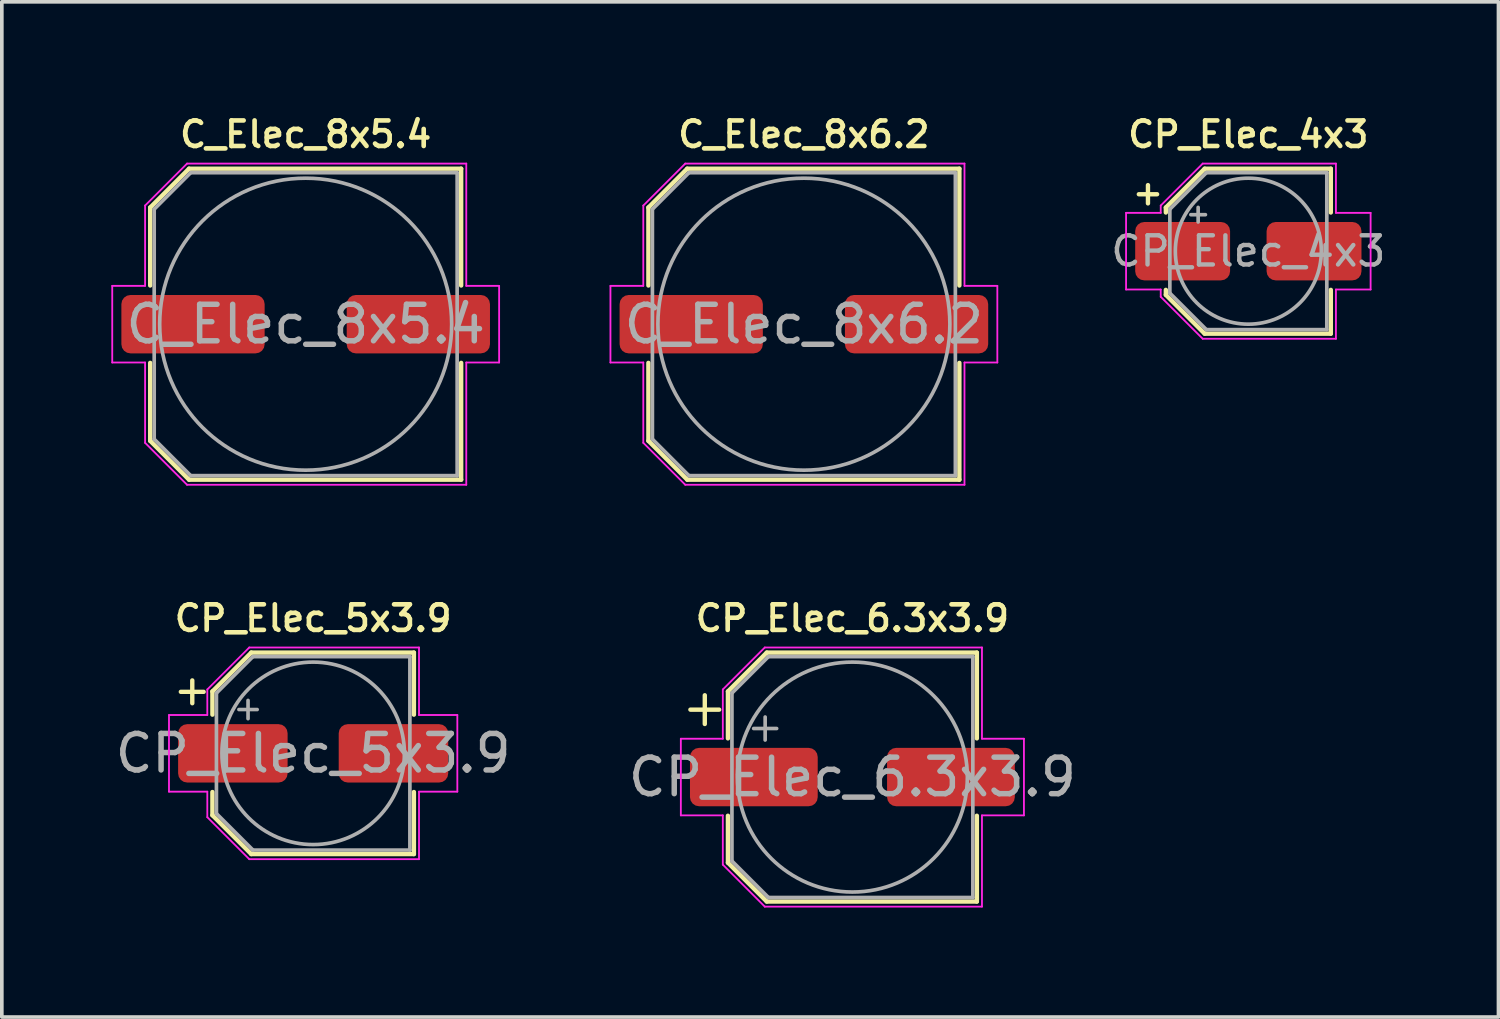
<source format=kicad_pcb>
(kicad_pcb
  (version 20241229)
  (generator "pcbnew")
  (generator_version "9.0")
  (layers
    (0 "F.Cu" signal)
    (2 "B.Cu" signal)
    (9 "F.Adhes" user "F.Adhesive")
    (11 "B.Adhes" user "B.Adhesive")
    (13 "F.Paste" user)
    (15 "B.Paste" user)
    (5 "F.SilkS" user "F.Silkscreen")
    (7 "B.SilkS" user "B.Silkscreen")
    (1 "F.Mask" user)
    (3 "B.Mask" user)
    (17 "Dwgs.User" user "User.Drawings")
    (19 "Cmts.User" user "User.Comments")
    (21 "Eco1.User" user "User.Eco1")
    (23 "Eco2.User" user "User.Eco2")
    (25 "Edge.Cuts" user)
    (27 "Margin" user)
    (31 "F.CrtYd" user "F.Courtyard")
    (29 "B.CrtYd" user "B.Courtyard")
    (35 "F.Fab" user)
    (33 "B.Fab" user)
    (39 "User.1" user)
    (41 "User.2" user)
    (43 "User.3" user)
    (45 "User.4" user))
  (footprint "C_Elec_8x6.2"
    (layer "F.Cu")
    (at 18.975 5.832)
    (property "Reference" "C_Elec_8x6.2" (at 0 -5.2 0) (layer "F.SilkS") (effects (font (size 0.7 0.7) (thickness 0.127))))
    (attr smd)
    (fp_line (start -4.26 -3.196) (end -4.26 -1.06) (stroke (width 0.12) (type solid)) (layer "F.SilkS"))
    (fp_line (start -4.26 -3.196) (end -3.196 -4.26) (stroke (width 0.12) (type solid)) (layer "F.SilkS"))
    (fp_line (start -4.26 3.196) (end -4.26 1.06) (stroke (width 0.12) (type solid)) (layer "F.SilkS"))
    (fp_line (start -4.26 3.196) (end -3.196 4.26) (stroke (width 0.12) (type solid)) (layer "F.SilkS"))
    (fp_line (start -3.196 -4.26) (end 4.26 -4.26) (stroke (width 0.12) (type solid)) (layer "F.SilkS"))
    (fp_line (start -3.196 4.26) (end 4.26 4.26) (stroke (width 0.12) (type solid)) (layer "F.SilkS"))
    (fp_line (start 4.26 -4.26) (end 4.26 -1.06) (stroke (width 0.12) (type solid)) (layer "F.SilkS"))
    (fp_line (start 4.26 4.26) (end 4.26 1.06) (stroke (width 0.12) (type solid)) (layer "F.SilkS"))
    (fp_line (start -5.3 -1.05) (end -5.3 1.05) (stroke (width 0.05) (type solid)) (layer "F.CrtYd"))
    (fp_line (start -5.3 1.05) (end -4.4 1.05) (stroke (width 0.05) (type solid)) (layer "F.CrtYd"))
    (fp_line (start -4.4 -3.25) (end -4.4 -1.05) (stroke (width 0.05) (type solid)) (layer "F.CrtYd"))
    (fp_line (start -4.4 -3.25) (end -3.25 -4.4) (stroke (width 0.05) (type solid)) (layer "F.CrtYd"))
    (fp_line (start -4.4 -1.05) (end -5.3 -1.05) (stroke (width 0.05) (type solid)) (layer "F.CrtYd"))
    (fp_line (start -4.4 1.05) (end -4.4 3.25) (stroke (width 0.05) (type solid)) (layer "F.CrtYd"))
    (fp_line (start -4.4 3.25) (end -3.25 4.4) (stroke (width 0.05) (type solid)) (layer "F.CrtYd"))
    (fp_line (start -3.25 -4.4) (end 4.4 -4.4) (stroke (width 0.05) (type solid)) (layer "F.CrtYd"))
    (fp_line (start -3.25 4.4) (end 4.4 4.4) (stroke (width 0.05) (type solid)) (layer "F.CrtYd"))
    (fp_line (start 4.4 -4.4) (end 4.4 -1.05) (stroke (width 0.05) (type solid)) (layer "F.CrtYd"))
    (fp_line (start 4.4 -1.05) (end 5.3 -1.05) (stroke (width 0.05) (type solid)) (layer "F.CrtYd"))
    (fp_line (start 4.4 1.05) (end 4.4 4.4) (stroke (width 0.05) (type solid)) (layer "F.CrtYd"))
    (fp_line (start 5.3 -1.05) (end 5.3 1.05) (stroke (width 0.05) (type solid)) (layer "F.CrtYd"))
    (fp_line (start 5.3 1.05) (end 4.4 1.05) (stroke (width 0.05) (type solid)) (layer "F.CrtYd"))
    (fp_line (start -4.15 -3.15) (end -4.15 3.15) (stroke (width 0.1) (type solid)) (layer "F.Fab"))
    (fp_line (start -4.15 -3.15) (end -3.15 -4.15) (stroke (width 0.1) (type solid)) (layer "F.Fab"))
    (fp_line (start -4.15 3.15) (end -3.15 4.15) (stroke (width 0.1) (type solid)) (layer "F.Fab"))
    (fp_line (start -3.15 -4.15) (end 4.15 -4.15) (stroke (width 0.1) (type solid)) (layer "F.Fab"))
    (fp_line (start -3.15 4.15) (end 4.15 4.15) (stroke (width 0.1) (type solid)) (layer "F.Fab"))
    (fp_line (start 4.15 -4.15) (end 4.15 4.15) (stroke (width 0.1) (type solid)) (layer "F.Fab"))
    (fp_circle (center 0 0) (end 4 0) (stroke (width 0.1) (type solid)) (fill no) (layer "F.Fab"))
    (fp_text user "${REFERENCE}" (at 0 0 0) (layer "F.Fab") (effects (font (size 1 1) (thickness 0.15))))
    (pad "1" smd roundrect (at -3.087 0) (size 3.925 1.6) (layers "F.Cu" "F.Mask" "F.Paste") (roundrect_rratio 0.156))
    (pad "2" smd roundrect (at 3.087 0) (size 3.925 1.6) (layers "F.Cu" "F.Mask" "F.Paste") (roundrect_rratio 0.156)))
  (footprint "CP_Elec_4x3"
    (layer "F.Cu")
    (at 31.152 3.832)
    (property "Reference" "CP_Elec_4x3" (at 0 -3.2 0) (layer "F.SilkS") (effects (font (size 0.7 0.7) (thickness 0.127))))
    (attr smd)
    (fp_line (start -3 -1.56) (end -2.5 -1.56) (stroke (width 0.12) (type solid)) (layer "F.SilkS"))
    (fp_line (start -2.75 -1.81) (end -2.75 -1.31) (stroke (width 0.12) (type solid)) (layer "F.SilkS"))
    (fp_line (start -2.26 -1.196) (end -2.26 -1.06) (stroke (width 0.12) (type solid)) (layer "F.SilkS"))
    (fp_line (start -2.26 -1.196) (end -1.196 -2.26) (stroke (width 0.12) (type solid)) (layer "F.SilkS"))
    (fp_line (start -2.26 1.196) (end -2.26 1.06) (stroke (width 0.12) (type solid)) (layer "F.SilkS"))
    (fp_line (start -2.26 1.196) (end -1.196 2.26) (stroke (width 0.12) (type solid)) (layer "F.SilkS"))
    (fp_line (start -1.196 -2.26) (end 2.26 -2.26) (stroke (width 0.12) (type solid)) (layer "F.SilkS"))
    (fp_line (start -1.196 2.26) (end 2.26 2.26) (stroke (width 0.12) (type solid)) (layer "F.SilkS"))
    (fp_line (start 2.26 -2.26) (end 2.26 -1.06) (stroke (width 0.12) (type solid)) (layer "F.SilkS"))
    (fp_line (start 2.26 2.26) (end 2.26 1.06) (stroke (width 0.12) (type solid)) (layer "F.SilkS"))
    (fp_line (start -3.35 -1.05) (end -3.35 1.05) (stroke (width 0.05) (type solid)) (layer "F.CrtYd"))
    (fp_line (start -3.35 1.05) (end -2.4 1.05) (stroke (width 0.05) (type solid)) (layer "F.CrtYd"))
    (fp_line (start -2.4 -1.25) (end -2.4 -1.05) (stroke (width 0.05) (type solid)) (layer "F.CrtYd"))
    (fp_line (start -2.4 -1.25) (end -1.25 -2.4) (stroke (width 0.05) (type solid)) (layer "F.CrtYd"))
    (fp_line (start -2.4 -1.05) (end -3.35 -1.05) (stroke (width 0.05) (type solid)) (layer "F.CrtYd"))
    (fp_line (start -2.4 1.05) (end -2.4 1.25) (stroke (width 0.05) (type solid)) (layer "F.CrtYd"))
    (fp_line (start -2.4 1.25) (end -1.25 2.4) (stroke (width 0.05) (type solid)) (layer "F.CrtYd"))
    (fp_line (start -1.25 -2.4) (end 2.4 -2.4) (stroke (width 0.05) (type solid)) (layer "F.CrtYd"))
    (fp_line (start -1.25 2.4) (end 2.4 2.4) (stroke (width 0.05) (type solid)) (layer "F.CrtYd"))
    (fp_line (start 2.4 -2.4) (end 2.4 -1.05) (stroke (width 0.05) (type solid)) (layer "F.CrtYd"))
    (fp_line (start 2.4 -1.05) (end 3.35 -1.05) (stroke (width 0.05) (type solid)) (layer "F.CrtYd"))
    (fp_line (start 2.4 1.05) (end 2.4 2.4) (stroke (width 0.05) (type solid)) (layer "F.CrtYd"))
    (fp_line (start 3.35 -1.05) (end 3.35 1.05) (stroke (width 0.05) (type solid)) (layer "F.CrtYd"))
    (fp_line (start 3.35 1.05) (end 2.4 1.05) (stroke (width 0.05) (type solid)) (layer "F.CrtYd"))
    (fp_line (start -2.15 -1.15) (end -2.15 1.15) (stroke (width 0.1) (type solid)) (layer "F.Fab"))
    (fp_line (start -2.15 -1.15) (end -1.15 -2.15) (stroke (width 0.1) (type solid)) (layer "F.Fab"))
    (fp_line (start -2.15 1.15) (end -1.15 2.15) (stroke (width 0.1) (type solid)) (layer "F.Fab"))
    (fp_line (start -1.575 -1) (end -1.175 -1) (stroke (width 0.1) (type solid)) (layer "F.Fab"))
    (fp_line (start -1.375 -1.2) (end -1.375 -0.8) (stroke (width 0.1) (type solid)) (layer "F.Fab"))
    (fp_line (start -1.15 -2.15) (end 2.15 -2.15) (stroke (width 0.1) (type solid)) (layer "F.Fab"))
    (fp_line (start -1.15 2.15) (end 2.15 2.15) (stroke (width 0.1) (type solid)) (layer "F.Fab"))
    (fp_line (start 2.15 -2.15) (end 2.15 2.15) (stroke (width 0.1) (type solid)) (layer "F.Fab"))
    (fp_circle (center 0 0) (end 2 0) (stroke (width 0.1) (type solid)) (fill no) (layer "F.Fab"))
    (fp_text user "${REFERENCE}" (at 0 0 0) (layer "F.Fab") (effects (font (size 0.8 0.8) (thickness 0.12))))
    (pad "1" smd roundrect (at -1.8 0) (size 2.6 1.6) (layers "F.Cu" "F.Mask" "F.Paste") (roundrect_rratio 0.156))
    (pad "2" smd roundrect (at 1.8 0) (size 2.6 1.6) (layers "F.Cu" "F.Mask" "F.Paste") (roundrect_rratio 0.156)))
  (footprint "CP_Elec_5x3.9"
    (layer "F.Cu")
    (at 5.53 17.59)
    (property "Reference" "CP_Elec_5x3.9" (at 0 -3.7 0) (layer "F.SilkS") (effects (font (size 0.7 0.7) (thickness 0.127))))
    (attr smd)
    (fp_line (start -3.625 -1.685) (end -3 -1.685) (stroke (width 0.12) (type solid)) (layer "F.SilkS"))
    (fp_line (start -3.312 -1.998) (end -3.312 -1.373) (stroke (width 0.12) (type solid)) (layer "F.SilkS"))
    (fp_line (start -2.76 -1.696) (end -2.76 -1.06) (stroke (width 0.12) (type solid)) (layer "F.SilkS"))
    (fp_line (start -2.76 -1.696) (end -1.696 -2.76) (stroke (width 0.12) (type solid)) (layer "F.SilkS"))
    (fp_line (start -2.76 1.696) (end -2.76 1.06) (stroke (width 0.12) (type solid)) (layer "F.SilkS"))
    (fp_line (start -2.76 1.696) (end -1.696 2.76) (stroke (width 0.12) (type solid)) (layer "F.SilkS"))
    (fp_line (start -1.696 -2.76) (end 2.76 -2.76) (stroke (width 0.12) (type solid)) (layer "F.SilkS"))
    (fp_line (start -1.696 2.76) (end 2.76 2.76) (stroke (width 0.12) (type solid)) (layer "F.SilkS"))
    (fp_line (start 2.76 -2.76) (end 2.76 -1.06) (stroke (width 0.12) (type solid)) (layer "F.SilkS"))
    (fp_line (start 2.76 2.76) (end 2.76 1.06) (stroke (width 0.12) (type solid)) (layer "F.SilkS"))
    (fp_line (start -3.95 -1.05) (end -3.95 1.05) (stroke (width 0.05) (type solid)) (layer "F.CrtYd"))
    (fp_line (start -3.95 1.05) (end -2.9 1.05) (stroke (width 0.05) (type solid)) (layer "F.CrtYd"))
    (fp_line (start -2.9 -1.75) (end -2.9 -1.05) (stroke (width 0.05) (type solid)) (layer "F.CrtYd"))
    (fp_line (start -2.9 -1.75) (end -1.75 -2.9) (stroke (width 0.05) (type solid)) (layer "F.CrtYd"))
    (fp_line (start -2.9 -1.05) (end -3.95 -1.05) (stroke (width 0.05) (type solid)) (layer "F.CrtYd"))
    (fp_line (start -2.9 1.05) (end -2.9 1.75) (stroke (width 0.05) (type solid)) (layer "F.CrtYd"))
    (fp_line (start -2.9 1.75) (end -1.75 2.9) (stroke (width 0.05) (type solid)) (layer "F.CrtYd"))
    (fp_line (start -1.75 -2.9) (end 2.9 -2.9) (stroke (width 0.05) (type solid)) (layer "F.CrtYd"))
    (fp_line (start -1.75 2.9) (end 2.9 2.9) (stroke (width 0.05) (type solid)) (layer "F.CrtYd"))
    (fp_line (start 2.9 -2.9) (end 2.9 -1.05) (stroke (width 0.05) (type solid)) (layer "F.CrtYd"))
    (fp_line (start 2.9 -1.05) (end 3.95 -1.05) (stroke (width 0.05) (type solid)) (layer "F.CrtYd"))
    (fp_line (start 2.9 1.05) (end 2.9 2.9) (stroke (width 0.05) (type solid)) (layer "F.CrtYd"))
    (fp_line (start 3.95 -1.05) (end 3.95 1.05) (stroke (width 0.05) (type solid)) (layer "F.CrtYd"))
    (fp_line (start 3.95 1.05) (end 2.9 1.05) (stroke (width 0.05) (type solid)) (layer "F.CrtYd"))
    (fp_line (start -2.65 -1.65) (end -2.65 1.65) (stroke (width 0.1) (type solid)) (layer "F.Fab"))
    (fp_line (start -2.65 -1.65) (end -1.65 -2.65) (stroke (width 0.1) (type solid)) (layer "F.Fab"))
    (fp_line (start -2.65 1.65) (end -1.65 2.65) (stroke (width 0.1) (type solid)) (layer "F.Fab"))
    (fp_line (start -2.034 -1.2) (end -1.534 -1.2) (stroke (width 0.1) (type solid)) (layer "F.Fab"))
    (fp_line (start -1.784 -1.45) (end -1.784 -0.95) (stroke (width 0.1) (type solid)) (layer "F.Fab"))
    (fp_line (start -1.65 -2.65) (end 2.65 -2.65) (stroke (width 0.1) (type solid)) (layer "F.Fab"))
    (fp_line (start -1.65 2.65) (end 2.65 2.65) (stroke (width 0.1) (type solid)) (layer "F.Fab"))
    (fp_line (start 2.65 -2.65) (end 2.65 2.65) (stroke (width 0.1) (type solid)) (layer "F.Fab"))
    (fp_circle (center 0 0) (end 2.5 0) (stroke (width 0.1) (type solid)) (fill no) (layer "F.Fab"))
    (fp_text user "${REFERENCE}" (at 0 0 0) (layer "F.Fab") (effects (font (size 1 1) (thickness 0.15))))
    (pad "1" smd roundrect (at -2.2 0) (size 3 1.6) (layers "F.Cu" "F.Mask" "F.Paste") (roundrect_rratio 0.156))
    (pad "2" smd roundrect (at 2.2 0) (size 3 1.6) (layers "F.Cu" "F.Mask" "F.Paste") (roundrect_rratio 0.156)))
  (footprint "C_Elec_8x5.4"
    (layer "F.Cu")
    (at 5.325 5.832)
    (property "Reference" "C_Elec_8x5.4" (at 0 -5.2 0) (layer "F.SilkS") (effects (font (size 0.7 0.7) (thickness 0.127))))
    (attr smd)
    (fp_line (start -4.26 -3.196) (end -4.26 -1.06) (stroke (width 0.12) (type solid)) (layer "F.SilkS"))
    (fp_line (start -4.26 -3.196) (end -3.196 -4.26) (stroke (width 0.12) (type solid)) (layer "F.SilkS"))
    (fp_line (start -4.26 3.196) (end -4.26 1.06) (stroke (width 0.12) (type solid)) (layer "F.SilkS"))
    (fp_line (start -4.26 3.196) (end -3.196 4.26) (stroke (width 0.12) (type solid)) (layer "F.SilkS"))
    (fp_line (start -3.196 -4.26) (end 4.26 -4.26) (stroke (width 0.12) (type solid)) (layer "F.SilkS"))
    (fp_line (start -3.196 4.26) (end 4.26 4.26) (stroke (width 0.12) (type solid)) (layer "F.SilkS"))
    (fp_line (start 4.26 -4.26) (end 4.26 -1.06) (stroke (width 0.12) (type solid)) (layer "F.SilkS"))
    (fp_line (start 4.26 4.26) (end 4.26 1.06) (stroke (width 0.12) (type solid)) (layer "F.SilkS"))
    (fp_line (start -5.3 -1.05) (end -5.3 1.05) (stroke (width 0.05) (type solid)) (layer "F.CrtYd"))
    (fp_line (start -5.3 1.05) (end -4.4 1.05) (stroke (width 0.05) (type solid)) (layer "F.CrtYd"))
    (fp_line (start -4.4 -3.25) (end -4.4 -1.05) (stroke (width 0.05) (type solid)) (layer "F.CrtYd"))
    (fp_line (start -4.4 -3.25) (end -3.25 -4.4) (stroke (width 0.05) (type solid)) (layer "F.CrtYd"))
    (fp_line (start -4.4 -1.05) (end -5.3 -1.05) (stroke (width 0.05) (type solid)) (layer "F.CrtYd"))
    (fp_line (start -4.4 1.05) (end -4.4 3.25) (stroke (width 0.05) (type solid)) (layer "F.CrtYd"))
    (fp_line (start -4.4 3.25) (end -3.25 4.4) (stroke (width 0.05) (type solid)) (layer "F.CrtYd"))
    (fp_line (start -3.25 -4.4) (end 4.4 -4.4) (stroke (width 0.05) (type solid)) (layer "F.CrtYd"))
    (fp_line (start -3.25 4.4) (end 4.4 4.4) (stroke (width 0.05) (type solid)) (layer "F.CrtYd"))
    (fp_line (start 4.4 -4.4) (end 4.4 -1.05) (stroke (width 0.05) (type solid)) (layer "F.CrtYd"))
    (fp_line (start 4.4 -1.05) (end 5.3 -1.05) (stroke (width 0.05) (type solid)) (layer "F.CrtYd"))
    (fp_line (start 4.4 1.05) (end 4.4 4.4) (stroke (width 0.05) (type solid)) (layer "F.CrtYd"))
    (fp_line (start 5.3 -1.05) (end 5.3 1.05) (stroke (width 0.05) (type solid)) (layer "F.CrtYd"))
    (fp_line (start 5.3 1.05) (end 4.4 1.05) (stroke (width 0.05) (type solid)) (layer "F.CrtYd"))
    (fp_line (start -4.15 -3.15) (end -4.15 3.15) (stroke (width 0.1) (type solid)) (layer "F.Fab"))
    (fp_line (start -4.15 -3.15) (end -3.15 -4.15) (stroke (width 0.1) (type solid)) (layer "F.Fab"))
    (fp_line (start -4.15 3.15) (end -3.15 4.15) (stroke (width 0.1) (type solid)) (layer "F.Fab"))
    (fp_line (start -3.15 -4.15) (end 4.15 -4.15) (stroke (width 0.1) (type solid)) (layer "F.Fab"))
    (fp_line (start -3.15 4.15) (end 4.15 4.15) (stroke (width 0.1) (type solid)) (layer "F.Fab"))
    (fp_line (start 4.15 -4.15) (end 4.15 4.15) (stroke (width 0.1) (type solid)) (layer "F.Fab"))
    (fp_circle (center 0 0) (end 4 0) (stroke (width 0.1) (type solid)) (fill no) (layer "F.Fab"))
    (fp_text user "${REFERENCE}" (at 0 0 0) (layer "F.Fab") (effects (font (size 1 1) (thickness 0.15))))
    (pad "1" smd roundrect (at -3.087 0) (size 3.925 1.6) (layers "F.Cu" "F.Mask" "F.Paste") (roundrect_rratio 0.156))
    (pad "2" smd roundrect (at 3.087 0) (size 3.925 1.6) (layers "F.Cu" "F.Mask" "F.Paste") (roundrect_rratio 0.156)))
  (footprint "CP_Elec_6.3x3.9"
    (layer "F.Cu")
    (at 20.304 18.24)
    (property "Reference" "CP_Elec_6.3x3.9" (at 0 -4.35 0) (layer "F.SilkS") (effects (font (size 0.7 0.7) (thickness 0.127))))
    (attr smd)
    (fp_line (start -4.438 -1.847) (end -3.65 -1.847) (stroke (width 0.12) (type solid)) (layer "F.SilkS"))
    (fp_line (start -4.044 -2.241) (end -4.044 -1.454) (stroke (width 0.12) (type solid)) (layer "F.SilkS"))
    (fp_line (start -3.41 -2.346) (end -3.41 -1.06) (stroke (width 0.12) (type solid)) (layer "F.SilkS"))
    (fp_line (start -3.41 -2.346) (end -2.346 -3.41) (stroke (width 0.12) (type solid)) (layer "F.SilkS"))
    (fp_line (start -3.41 2.346) (end -3.41 1.06) (stroke (width 0.12) (type solid)) (layer "F.SilkS"))
    (fp_line (start -3.41 2.346) (end -2.346 3.41) (stroke (width 0.12) (type solid)) (layer "F.SilkS"))
    (fp_line (start -2.346 -3.41) (end 3.41 -3.41) (stroke (width 0.12) (type solid)) (layer "F.SilkS"))
    (fp_line (start -2.346 3.41) (end 3.41 3.41) (stroke (width 0.12) (type solid)) (layer "F.SilkS"))
    (fp_line (start 3.41 -3.41) (end 3.41 -1.06) (stroke (width 0.12) (type solid)) (layer "F.SilkS"))
    (fp_line (start 3.41 3.41) (end 3.41 1.06) (stroke (width 0.12) (type solid)) (layer "F.SilkS"))
    (fp_line (start -4.7 -1.05) (end -4.7 1.05) (stroke (width 0.05) (type solid)) (layer "F.CrtYd"))
    (fp_line (start -4.7 1.05) (end -3.55 1.05) (stroke (width 0.05) (type solid)) (layer "F.CrtYd"))
    (fp_line (start -3.55 -2.4) (end -3.55 -1.05) (stroke (width 0.05) (type solid)) (layer "F.CrtYd"))
    (fp_line (start -3.55 -2.4) (end -2.4 -3.55) (stroke (width 0.05) (type solid)) (layer "F.CrtYd"))
    (fp_line (start -3.55 -1.05) (end -4.7 -1.05) (stroke (width 0.05) (type solid)) (layer "F.CrtYd"))
    (fp_line (start -3.55 1.05) (end -3.55 2.4) (stroke (width 0.05) (type solid)) (layer "F.CrtYd"))
    (fp_line (start -3.55 2.4) (end -2.4 3.55) (stroke (width 0.05) (type solid)) (layer "F.CrtYd"))
    (fp_line (start -2.4 -3.55) (end 3.55 -3.55) (stroke (width 0.05) (type solid)) (layer "F.CrtYd"))
    (fp_line (start -2.4 3.55) (end 3.55 3.55) (stroke (width 0.05) (type solid)) (layer "F.CrtYd"))
    (fp_line (start 3.55 -3.55) (end 3.55 -1.05) (stroke (width 0.05) (type solid)) (layer "F.CrtYd"))
    (fp_line (start 3.55 -1.05) (end 4.7 -1.05) (stroke (width 0.05) (type solid)) (layer "F.CrtYd"))
    (fp_line (start 3.55 1.05) (end 3.55 3.55) (stroke (width 0.05) (type solid)) (layer "F.CrtYd"))
    (fp_line (start 4.7 -1.05) (end 4.7 1.05) (stroke (width 0.05) (type solid)) (layer "F.CrtYd"))
    (fp_line (start 4.7 1.05) (end 3.55 1.05) (stroke (width 0.05) (type solid)) (layer "F.CrtYd"))
    (fp_line (start -3.3 -2.3) (end -3.3 2.3) (stroke (width 0.1) (type solid)) (layer "F.Fab"))
    (fp_line (start -3.3 -2.3) (end -2.3 -3.3) (stroke (width 0.1) (type solid)) (layer "F.Fab"))
    (fp_line (start -3.3 2.3) (end -2.3 3.3) (stroke (width 0.1) (type solid)) (layer "F.Fab"))
    (fp_line (start -2.705 -1.33) (end -2.075 -1.33) (stroke (width 0.1) (type solid)) (layer "F.Fab"))
    (fp_line (start -2.39 -1.645) (end -2.39 -1.015) (stroke (width 0.1) (type solid)) (layer "F.Fab"))
    (fp_line (start -2.3 -3.3) (end 3.3 -3.3) (stroke (width 0.1) (type solid)) (layer "F.Fab"))
    (fp_line (start -2.3 3.3) (end 3.3 3.3) (stroke (width 0.1) (type solid)) (layer "F.Fab"))
    (fp_line (start 3.3 -3.3) (end 3.3 3.3) (stroke (width 0.1) (type solid)) (layer "F.Fab"))
    (fp_circle (center 0 0) (end 3.15 0) (stroke (width 0.1) (type solid)) (fill no) (layer "F.Fab"))
    (fp_text user "${REFERENCE}" (at 0 0 0) (layer "F.Fab") (effects (font (size 1 1) (thickness 0.15))))
    (pad "1" smd roundrect (at -2.7 0) (size 3.5 1.6) (layers "F.Cu" "F.Mask" "F.Paste") (roundrect_rratio 0.156))
    (pad "2" smd roundrect (at 2.7 0) (size 3.5 1.6) (layers "F.Cu" "F.Mask" "F.Paste") (roundrect_rratio 0.156)))
  (gr_rect
    (start -3 -3)
    (end 38.005 24.815)
    (stroke (width 0.1) (type default))
    (fill no)
    (layer "Edge.Cuts")))
</source>
